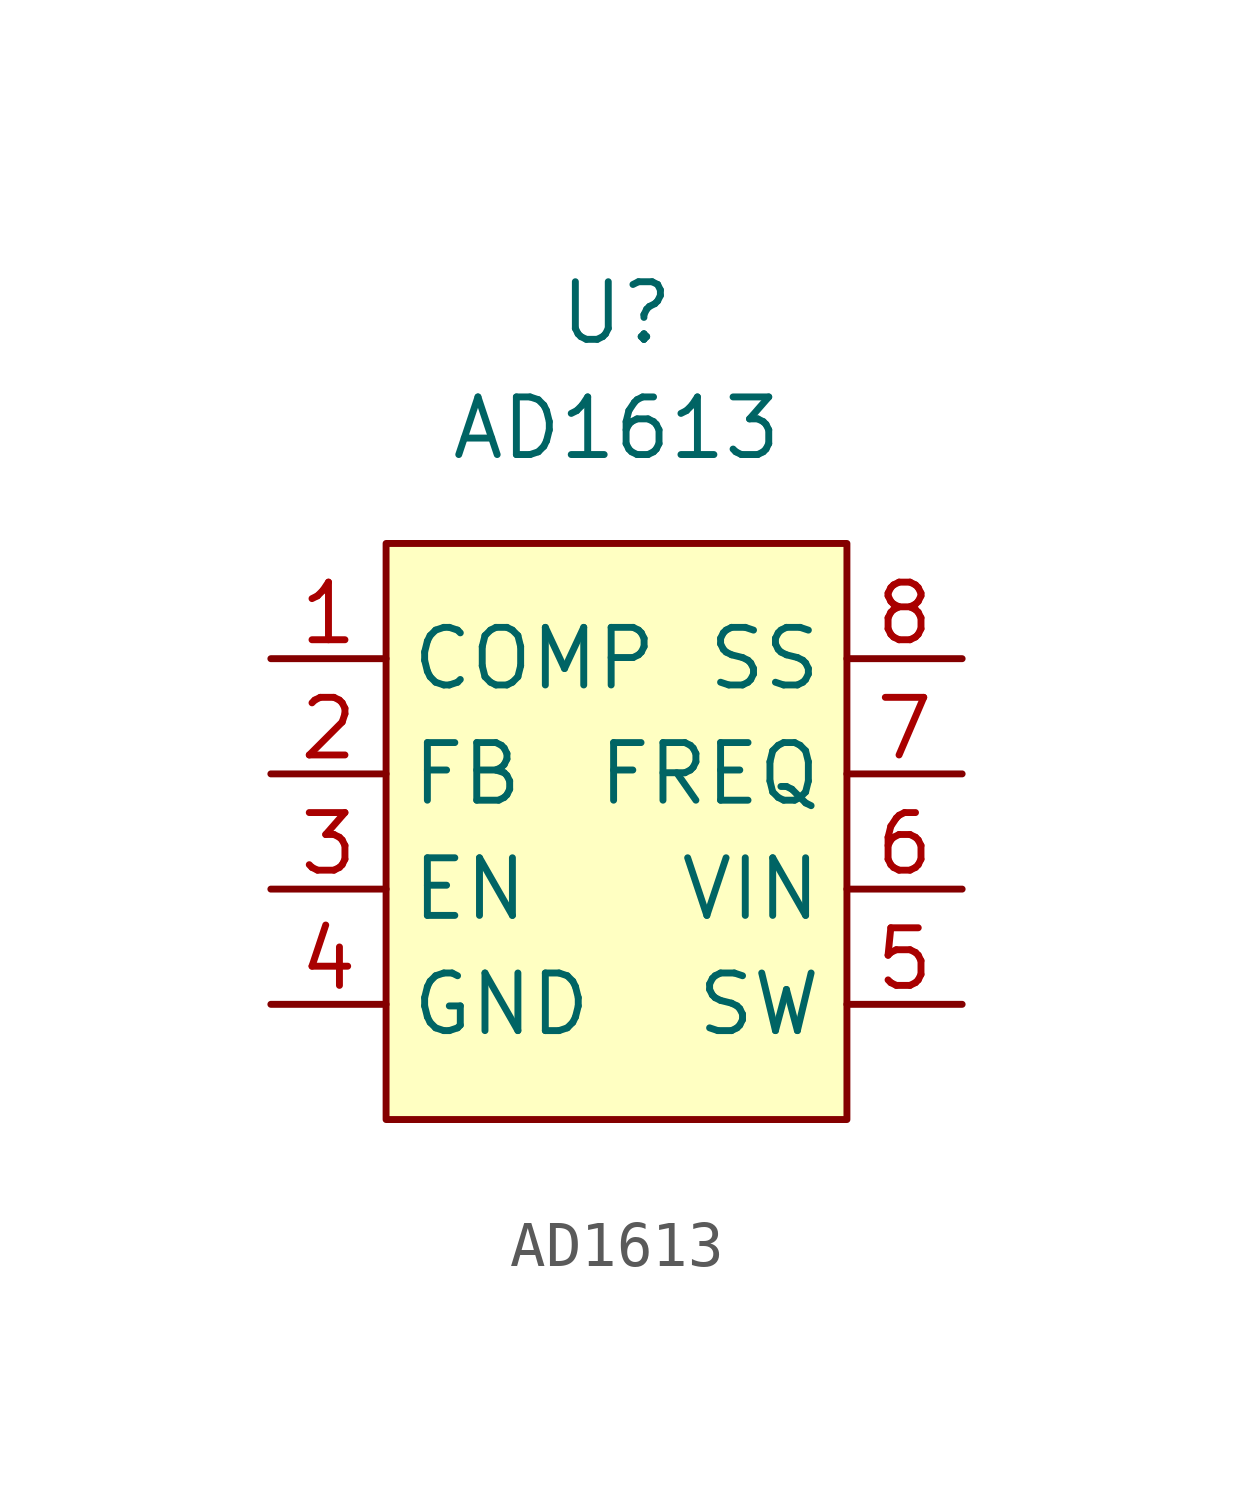
<source format=kicad_sym>
(kicad_symbol_lib
  (version 20210619)
  (generator kicad_symbol_editor)
  (symbol "ulib_SEPIC_20Vout_2A:AD1613"
    (property "Reference" "U"
      (at 0 10.16 0)
      (effects (font (size 1.27 1.27))))
    (property "Value" "AD1613"
      (at 0 7.62 0)
      (effects (font (size 1.27 1.27))))
    (symbol "AD1613_0_0"
      (pin output line (at -7.62 2.54 0) (length 2.54) (name "COMP" (effects (font (size 1.27 1.27)))) (number "1" (effects (font (size 1.27 1.27)))))
      (pin input line (at -7.62 0 0) (length 2.54) (name "FB" (effects (font (size 1.27 1.27)))) (number "2" (effects (font (size 1.27 1.27)))))
      (pin input line (at -7.62 -2.54 0) (length 2.54) (name "EN" (effects (font (size 1.27 1.27)))) (number "3" (effects (font (size 1.27 1.27)))))
      (pin power_out line (at -7.62 -5.08 0) (length 2.54) (name "GND" (effects (font (size 1.27 1.27)))) (number "4" (effects (font (size 1.27 1.27)))))
      (pin output line (at 7.62 -5.08 180) (length 2.54) (name "SW" (effects (font (size 1.27 1.27)))) (number "5" (effects (font (size 1.27 1.27)))))
      (pin power_in line (at 7.62 -2.54 180) (length 2.54) (name "VIN" (effects (font (size 1.27 1.27)))) (number "6" (effects (font (size 1.27 1.27)))))
      (pin input line (at 7.62 0 180) (length 2.54) (name "FREQ" (effects (font (size 1.27 1.27)))) (number "7" (effects (font (size 1.27 1.27)))))
      (pin output line (at 7.62 2.54 180) (length 2.54) (name "SS" (effects (font (size 1.27 1.27)))) (number "8" (effects (font (size 1.27 1.27))))))
    (symbol "AD1613_0_1"
      (rectangle (start -5.08 5.08) (end 5.08 -7.62) (stroke (width 0.152)) (fill (type background))))))
</source>
